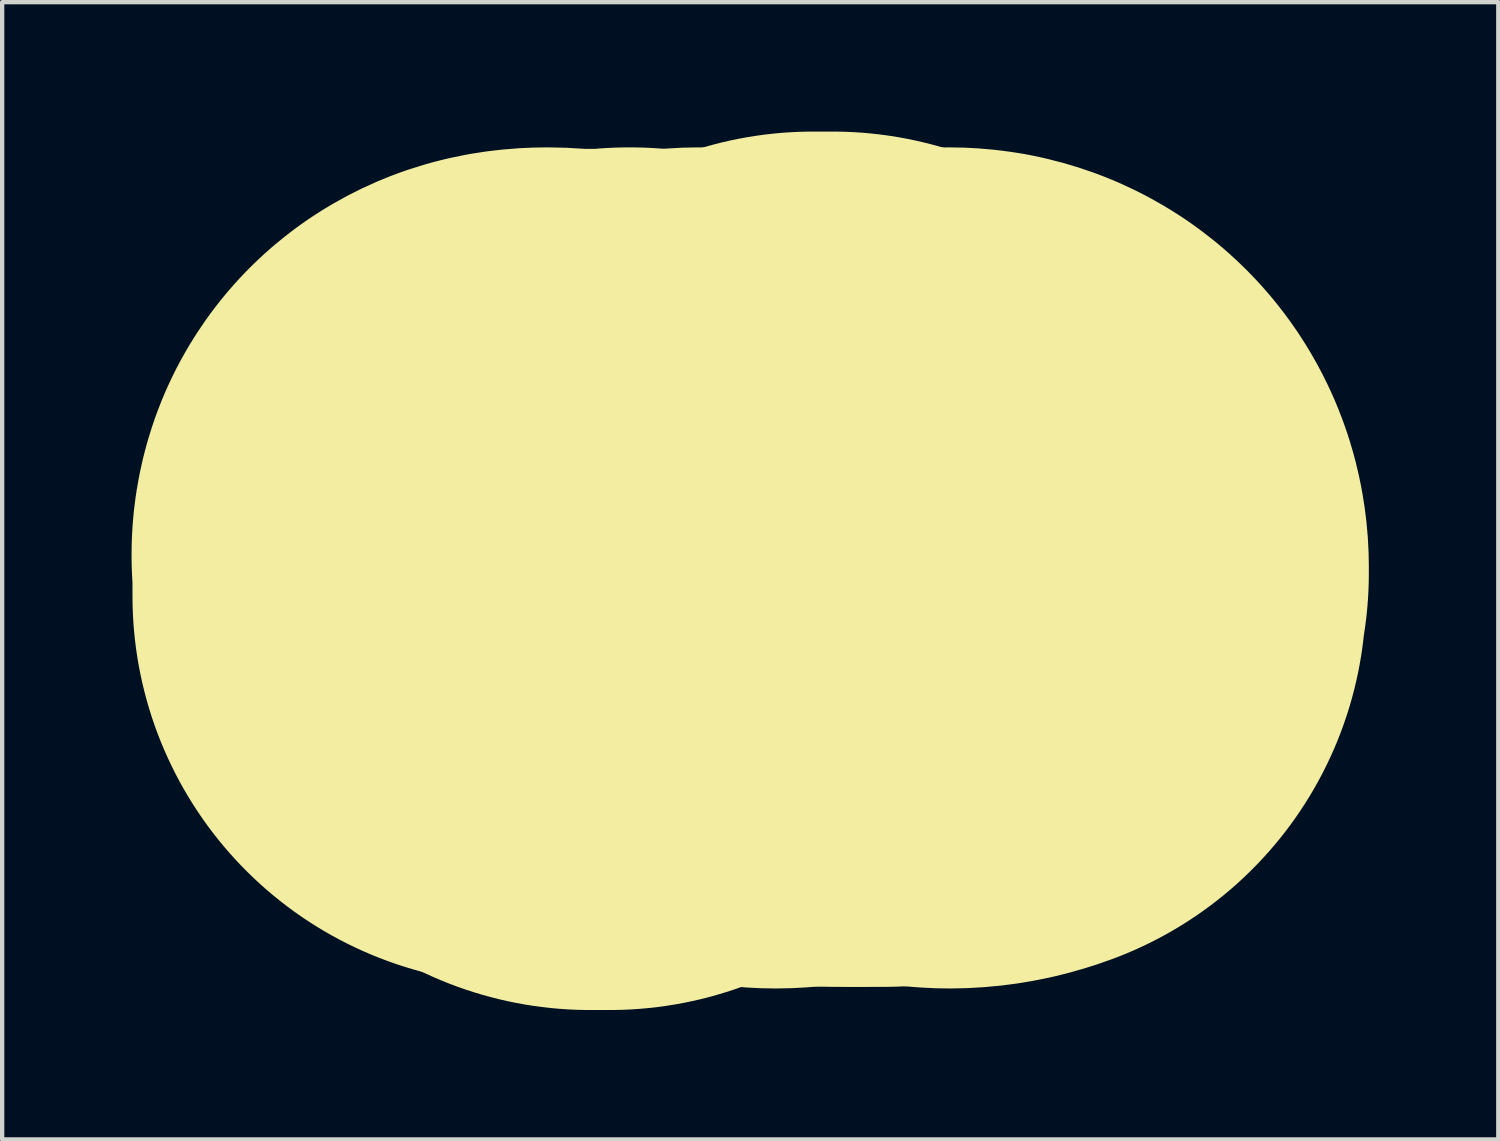
<source format=kicad_pcb>
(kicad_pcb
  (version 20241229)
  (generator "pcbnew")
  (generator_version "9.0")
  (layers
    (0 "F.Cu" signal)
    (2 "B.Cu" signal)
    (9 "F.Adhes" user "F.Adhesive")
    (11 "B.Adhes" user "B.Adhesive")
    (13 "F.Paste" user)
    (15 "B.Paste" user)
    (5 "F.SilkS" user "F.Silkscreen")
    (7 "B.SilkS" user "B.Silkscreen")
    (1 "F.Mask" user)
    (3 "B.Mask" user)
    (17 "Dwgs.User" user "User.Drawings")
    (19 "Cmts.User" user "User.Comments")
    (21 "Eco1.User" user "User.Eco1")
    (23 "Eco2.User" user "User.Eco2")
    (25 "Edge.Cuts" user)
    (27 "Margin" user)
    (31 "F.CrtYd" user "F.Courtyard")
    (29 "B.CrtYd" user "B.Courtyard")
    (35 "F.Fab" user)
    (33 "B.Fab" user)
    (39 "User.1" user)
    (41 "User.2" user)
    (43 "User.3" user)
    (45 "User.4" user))
  (footprint "spectre_10mm"
    (layer "F.Cu")
    (at 14.341 10.182)
    (property "Reference" "spectre_10mm" (at 0 -4.222 0) (layer "F.SilkS") (effects (font (size 1.524 1.524) (thickness 0.305))))
    (attr exclude_from_pos_files exclude_from_bom)
    (fp_poly (pts (xy 1.908 -1.174) (xy 1.908 -0.773) (xy 2.373 -0.773) (xy 2.373 -0.451) (xy 1.908 -0.451) (xy 1.908 0.147) (xy 1.909 0.178) (xy 1.913 0.206) (xy 1.918 0.23) (xy 1.926 0.25) (xy 1.935 0.267) (xy 1.947 0.281) (xy 1.963 0.291) (xy 1.982 0.3) (xy 2.006 0.306) (xy 2.034 0.311) (xy 2.066 0.314) (xy 2.102 0.315) (xy 2.334 0.315) (xy 2.334 0.637) (xy 1.947 0.637) (xy 1.915 0.637) (xy 1.883 0.636) (xy 1.853 0.633) (xy 1.824 0.63) (xy 1.796 0.627) (xy 1.769 0.622) (xy 1.743 0.616) (xy 1.719 0.61) (xy 1.696 0.602) (xy 1.674 0.594) (xy 1.653 0.585) (xy 1.634 0.575) (xy 1.616 0.564) (xy 1.599 0.553) (xy 1.583 0.54) (xy 1.568 0.527) (xy 1.555 0.512) (xy 1.542 0.496) (xy 1.531 0.479) (xy 1.52 0.461) (xy 1.51 0.441) (xy 1.501 0.421) (xy 1.492 0.399) (xy 1.485 0.376) (xy 1.479 0.351) (xy 1.473 0.326) (xy 1.468 0.299) (xy 1.464 0.271) (xy 1.461 0.242) (xy 1.459 0.212) (xy 1.458 0.18) (xy 1.457 0.147) (xy 1.457 -0.451) (xy 1.233 -0.451) (xy 1.233 -0.773) (xy 1.457 -0.773) (xy 1.457 -1.174) (xy 1.908 -1.174)) (stroke (width 18.016) (type solid)) (fill yes) (layer "F.SilkS"))
    (fp_poly (pts (xy 3.698 -0.389) (xy 3.675 -0.4) (xy 3.651 -0.409) (xy 3.627 -0.417) (xy 3.604 -0.424) (xy 3.58 -0.43) (xy 3.557 -0.435) (xy 3.533 -0.438) (xy 3.51 -0.441) (xy 3.486 -0.443) (xy 3.463 -0.443) (xy 3.434 -0.443) (xy 3.407 -0.44) (xy 3.381 -0.436) (xy 3.356 -0.431) (xy 3.332 -0.424) (xy 3.309 -0.415) (xy 3.287 -0.405) (xy 3.266 -0.394) (xy 3.247 -0.38) (xy 3.228 -0.366) (xy 3.211 -0.349) (xy 3.194 -0.331) (xy 3.181 -0.314) (xy 3.168 -0.295) (xy 3.156 -0.275) (xy 3.146 -0.254) (xy 3.137 -0.232) (xy 3.128 -0.208) (xy 3.121 -0.184) (xy 3.115 -0.158) (xy 3.11 -0.131) (xy 3.106 -0.103) (xy 3.103 -0.074) (xy 3.102 -0.044) (xy 3.101 -0.013) (xy 3.101 0.637) (xy 2.65 0.637) (xy 2.65 -0.773) (xy 3.101 -0.773) (xy 3.101 -0.542) (xy 3.117 -0.566) (xy 3.134 -0.59) (xy 3.151 -0.612) (xy 3.168 -0.632) (xy 3.185 -0.652) (xy 3.204 -0.67) (xy 3.222 -0.687) (xy 3.241 -0.703) (xy 3.26 -0.718) (xy 3.28 -0.731) (xy 3.3 -0.743) (xy 3.321 -0.754) (xy 3.343 -0.764) (xy 3.365 -0.773) (xy 3.389 -0.781) (xy 3.412 -0.788) (xy 3.437 -0.794) (xy 3.462 -0.799) (xy 3.488 -0.803) (xy 3.515 -0.805) (xy 3.543 -0.807) (xy 3.571 -0.807) (xy 3.595 -0.807) (xy 3.62 -0.805) (xy 3.641 -0.804) (xy 3.666 -0.801) (xy 3.697 -0.797) (xy 3.698 -0.389)) (stroke (width 18.016) (type solid)) (fill yes) (layer "F.SilkS"))
    (fp_poly (pts (xy 1.024 -0.729) (xy 1.024 -0.362) (xy 1.001 -0.377) (xy 0.978 -0.391) (xy 0.955 -0.404) (xy 0.932 -0.416) (xy 0.909 -0.427) (xy 0.885 -0.438) (xy 0.862 -0.447) (xy 0.839 -0.455) (xy 0.812 -0.463) (xy 0.786 -0.47) (xy 0.759 -0.475) (xy 0.731 -0.479) (xy 0.704 -0.482) (xy 0.676 -0.484) (xy 0.647 -0.485) (xy 0.619 -0.484) (xy 0.591 -0.482) (xy 0.565 -0.479) (xy 0.539 -0.474) (xy 0.514 -0.469) (xy 0.491 -0.461) (xy 0.468 -0.453) (xy 0.446 -0.443) (xy 0.426 -0.432) (xy 0.406 -0.419) (xy 0.387 -0.406) (xy 0.369 -0.391) (xy 0.353 -0.374) (xy 0.337 -0.357) (xy 0.323 -0.338) (xy 0.31 -0.319) (xy 0.298 -0.298) (xy 0.288 -0.277) (xy 0.278 -0.254) (xy 0.27 -0.231) (xy 0.264 -0.206) (xy 0.258 -0.18) (xy 0.254 -0.153) (xy 0.251 -0.126) (xy 0.249 -0.097) (xy 0.248 -0.067) (xy 0.249 -0.037) (xy 0.251 -0.008) (xy 0.254 0.02) (xy 0.258 0.047) (xy 0.264 0.073) (xy 0.27 0.097) (xy 0.278 0.121) (xy 0.288 0.144) (xy 0.298 0.165) (xy 0.31 0.186) (xy 0.323 0.206) (xy 0.337 0.224) (xy 0.353 0.242) (xy 0.369 0.258) (xy 0.387 0.273) (xy 0.406 0.287) (xy 0.426 0.299) (xy 0.446 0.31) (xy 0.468 0.32) (xy 0.491 0.328) (xy 0.514 0.335) (xy 0.539 0.341) (xy 0.565 0.346) (xy 0.591 0.349) (xy 0.619 0.351) (xy 0.647 0.351) (xy 0.674 0.351) (xy 0.7 0.349) (xy 0.725 0.347) (xy 0.75 0.344) (xy 0.775 0.339) (xy 0.8 0.334) (xy 0.824 0.327) (xy 0.848 0.32) (xy 0.871 0.312) (xy 0.895 0.302) (xy 0.917 0.292) (xy 0.94 0.281) (xy 0.962 0.269) (xy 0.983 0.256) (xy 1.004 0.242) (xy 1.024 0.227) (xy 1.024 0.596) (xy 0.998 0.605) (xy 0.971 0.614) (xy 0.944 0.622) (xy 0.917 0.63) (xy 0.89 0.637) (xy 0.863 0.643) (xy 0.836 0.649) (xy 0.809 0.654) (xy 0.782 0.658) (xy 0.754 0.663) (xy 0.727 0.666) (xy 0.7 0.669) (xy 0.673 0.671) (xy 0.645 0.673) (xy 0.618 0.674) (xy 0.591 0.674) (xy 0.559 0.674) (xy 0.528 0.673) (xy 0.498 0.671) (xy 0.468 0.668) (xy 0.439 0.665) (xy 0.41 0.662) (xy 0.382 0.657) (xy 0.355 0.652) (xy 0.328 0.646) (xy 0.302 0.64) (xy 0.276 0.633) (xy 0.251 0.625) (xy 0.226 0.617) (xy 0.202 0.607) (xy 0.179 0.598) (xy 0.156 0.587) (xy 0.133 0.576) (xy 0.112 0.564) (xy 0.091 0.552) (xy 0.07 0.538) (xy 0.05 0.524) (xy 0.031 0.51) (xy 0.012 0.495) (xy -0.006 0.479) (xy -0.025 0.461) (xy -0.042 0.443) (xy -0.059 0.425) (xy -0.075 0.406) (xy -0.09 0.386) (xy -0.104 0.366) (xy -0.117 0.345) (xy -0.13 0.324) (xy -0.142 0.302) (xy -0.153 0.279) (xy -0.163 0.256) (xy -0.172 0.232) (xy -0.181 0.208) (xy -0.189 0.183) (xy -0.196 0.158) (xy -0.202 0.132) (xy -0.207 0.105) (xy -0.212 0.078) (xy -0.215 0.05) (xy -0.218 0.022) (xy -0.22 -0.007) (xy -0.221 -0.037) (xy -0.222 -0.067) (xy -0.221 -0.097) (xy -0.22 -0.126) (xy -0.218 -0.155) (xy -0.215 -0.183) (xy -0.212 -0.211) (xy -0.207 -0.238) (xy -0.202 -0.265) (xy -0.196 -0.291) (xy -0.189 -0.316) (xy -0.181 -0.341) (xy -0.172 -0.365) (xy -0.163 -0.389) (xy -0.153 -0.412) (xy -0.142 -0.435) (xy -0.13 -0.457) (xy -0.117 -0.478) (xy -0.104 -0.499) (xy -0.09 -0.519) (xy -0.075 -0.538) (xy -0.059 -0.557) (xy -0.042 -0.576) (xy -0.025 -0.594) (xy -0.006 -0.611) (xy 0.012 -0.627) (xy 0.031 -0.642) (xy 0.05 -0.657) (xy 0.07 -0.671) (xy 0.091 -0.684) (xy 0.112 -0.697) (xy 0.133 -0.709) (xy 0.156 -0.72) (xy 0.179 -0.731) (xy 0.202 -0.741) (xy 0.226 -0.75) (xy 0.251 -0.758) (xy 0.276 -0.766) (xy 0.302 -0.773) (xy 0.328 -0.78) (xy 0.355 -0.786) (xy 0.382 -0.791) (xy 0.41 -0.795) (xy 0.439 -0.799) (xy 0.468 -0.802) (xy 0.498 -0.804) (xy 0.528 -0.806) (xy 0.559 -0.807) (xy 0.591 -0.807) (xy 0.618 -0.807) (xy 0.646 -0.806) (xy 0.673 -0.805) (xy 0.701 -0.802) (xy 0.728 -0.8) (xy 0.755 -0.796) (xy 0.782 -0.792) (xy 0.809 -0.787) (xy 0.836 -0.782) (xy 0.863 -0.777) (xy 0.89 -0.77) (xy 0.917 -0.763) (xy 0.944 -0.756) (xy 0.97 -0.748) (xy 0.997 -0.739) (xy 1.024 -0.729)) (stroke (width 18.016) (type solid)) (fill yes) (layer "F.SilkS"))
    (fp_poly (pts (xy -3.262 0.433) (xy -3.262 -0.067) (xy -3.262 -0.034) (xy -3.26 -0.003) (xy -3.258 0.028) (xy -3.254 0.056) (xy -3.249 0.084) (xy -3.243 0.11) (xy -3.236 0.135) (xy -3.228 0.159) (xy -3.219 0.181) (xy -3.209 0.202) (xy -3.198 0.222) (xy -3.186 0.241) (xy -3.169 0.261) (xy -3.152 0.279) (xy -3.133 0.295) (xy -3.112 0.308) (xy -3.091 0.32) (xy -3.068 0.329) (xy -3.044 0.337) (xy -3.018 0.342) (xy -2.991 0.345) (xy -2.963 0.346) (xy -2.934 0.345) (xy -2.908 0.342) (xy -2.882 0.337) (xy -2.858 0.329) (xy -2.835 0.32) (xy -2.814 0.308) (xy -2.794 0.295) (xy -2.775 0.279) (xy -2.758 0.261) (xy -2.742 0.241) (xy -2.73 0.222) (xy -2.719 0.203) (xy -2.709 0.182) (xy -2.7 0.159) (xy -2.692 0.136) (xy -2.685 0.111) (xy -2.679 0.085) (xy -2.674 0.057) (xy -2.67 0.028) (xy -2.668 -0.002) (xy -2.666 -0.034) (xy -2.665 -0.067) (xy -2.666 -0.1) (xy -2.668 -0.131) (xy -2.67 -0.162) (xy -2.674 -0.19) (xy -2.679 -0.218) (xy -2.685 -0.244) (xy -2.692 -0.269) (xy -2.7 -0.293) (xy -2.709 -0.315) (xy -2.719 -0.336) (xy -2.73 -0.356) (xy -2.742 -0.374) (xy -2.758 -0.394) (xy -2.775 -0.412) (xy -2.794 -0.428) (xy -2.814 -0.442) (xy -2.835 -0.453) (xy -2.858 -0.463) (xy -2.882 -0.47) (xy -2.908 -0.476) (xy -2.934 -0.479) (xy -2.963 -0.48) (xy -2.991 -0.479) (xy -3.018 -0.476) (xy -3.044 -0.47) (xy -3.068 -0.463) (xy -3.091 -0.453) (xy -3.112 -0.441) (xy -3.133 -0.427) (xy -3.152 -0.411) (xy -3.169 -0.393) (xy -3.186 -0.373) (xy -3.198 -0.355) (xy -3.209 -0.335) (xy -3.219 -0.314) (xy -3.228 -0.292) (xy -3.236 -0.268) (xy -3.243 -0.243) (xy -3.249 -0.217) (xy -3.254 -0.19) (xy -3.258 -0.161) (xy -3.26 -0.131) (xy -3.262 -0.099) (xy -3.262 -0.067) (xy -3.262 0.433) (xy -3.262 1.174) (xy -3.713 1.174) (xy -3.713 -0.773) (xy -3.262 -0.773) (xy -3.262 -0.567) (xy -3.244 -0.591) (xy -3.224 -0.614) (xy -3.205 -0.635) (xy -3.185 -0.655) (xy -3.164 -0.674) (xy -3.143 -0.691) (xy -3.122 -0.708) (xy -3.1 -0.722) (xy -3.078 -0.736) (xy -3.056 -0.748) (xy -3.033 -0.759) (xy -3.009 -0.77) (xy -2.985 -0.778) (xy -2.96 -0.786) (xy -2.934 -0.793) (xy -2.908 -0.798) (xy -2.881 -0.802) (xy -2.853 -0.805) (xy -2.824 -0.807) (xy -2.795 -0.807) (xy -2.768 -0.807) (xy -2.741 -0.805) (xy -2.715 -0.802) (xy -2.689 -0.798) (xy -2.664 -0.793) (xy -2.64 -0.787) (xy -2.616 -0.779) (xy -2.592 -0.771) (xy -2.569 -0.761) (xy -2.547 -0.75) (xy -2.524 -0.738) (xy -2.503 -0.725) (xy -2.482 -0.71) (xy -2.462 -0.695) (xy -2.442 -0.678) (xy -2.422 -0.66) (xy -2.403 -0.641) (xy -2.385 -0.621) (xy -2.367 -0.6) (xy -2.351 -0.58) (xy -2.336 -0.559) (xy -2.322 -0.538) (xy -2.309 -0.517) (xy -2.297 -0.494) (xy -2.285 -0.472) (xy -2.274 -0.449) (xy -2.264 -0.425) (xy -2.254 -0.401) (xy -2.245 -0.376) (xy -2.237 -0.35) (xy -2.23 -0.324) (xy -2.224 -0.298) (xy -2.218 -0.271) (xy -2.213 -0.243) (xy -2.209 -0.215) (xy -2.205 -0.187) (xy -2.203 -0.158) (xy -2.201 -0.128) (xy -2.2 -0.098) (xy -2.199 -0.067) (xy -2.2 -0.037) (xy -2.201 -0.008) (xy -2.202 0.02) (xy -2.205 0.048) (xy -2.208 0.075) (xy -2.212 0.102) (xy -2.216 0.129) (xy -2.221 0.155) (xy -2.227 0.18) (xy -2.234 0.205) (xy -2.241 0.23) (xy -2.249 0.254) (xy -2.258 0.277) (xy -2.267 0.301) (xy -2.277 0.323) (xy -2.288 0.345) (xy -2.299 0.367) (xy -2.311 0.388) (xy -2.324 0.408) (xy -2.338 0.429) (xy -2.352 0.448) (xy -2.367 0.467) (xy -2.385 0.488) (xy -2.403 0.509) (xy -2.422 0.527) (xy -2.442 0.545) (xy -2.462 0.562) (xy -2.482 0.577) (xy -2.503 0.592) (xy -2.524 0.605) (xy -2.547 0.617) (xy -2.569 0.628) (xy -2.592 0.637) (xy -2.616 0.646) (xy -2.64 0.653) (xy -2.664 0.66) (xy -2.689 0.665) (xy -2.715 0.669) (xy -2.741 0.672) (xy -2.768 0.673) (xy -2.795 0.674) (xy -2.824 0.673) (xy -2.853 0.672) (xy -2.881 0.669) (xy -2.908 0.665) (xy -2.934 0.659) (xy -2.96 0.653) (xy -2.985 0.646) (xy -3.009 0.637) (xy -3.033 0.627) (xy -3.056 0.616) (xy -3.076 0.605) (xy -3.096 0.592) (xy -3.116 0.579) (xy -3.136 0.564) (xy -3.155 0.549) (xy -3.174 0.532) (xy -3.192 0.515) (xy -3.21 0.496) (xy -3.228 0.476) (xy -3.245 0.455) (xy -3.262 0.433)) (stroke (width 18.016) (type solid)) (fill yes) (layer "F.SilkS"))
    (fp_poly (pts (xy -0.456 -0.072) (xy -0.92 -0.222) (xy -0.92 -0.25) (xy -0.923 -0.276) (xy -0.928 -0.302) (xy -0.934 -0.326) (xy -0.943 -0.349) (xy -0.953 -0.371) (xy -0.965 -0.391) (xy -0.979 -0.41) (xy -0.995 -0.428) (xy -1.012 -0.445) (xy -1.03 -0.46) (xy -1.05 -0.472) (xy -1.07 -0.483) (xy -1.092 -0.492) (xy -1.115 -0.499) (xy -1.139 -0.504) (xy -1.164 -0.507) (xy -1.19 -0.508) (xy -1.219 -0.507) (xy -1.246 -0.504) (xy -1.272 -0.499) (xy -1.297 -0.493) (xy -1.321 -0.485) (xy -1.343 -0.475) (xy -1.364 -0.463) (xy -1.384 -0.449) (xy -1.403 -0.433) (xy -1.421 -0.416) (xy -1.437 -0.398) (xy -1.451 -0.377) (xy -1.464 -0.355) (xy -1.475 -0.332) (xy -1.485 -0.307) (xy -1.493 -0.28) (xy -1.5 -0.252) (xy -1.505 -0.222) (xy -0.92 -0.222) (xy -0.456 -0.072) (xy -0.456 0.057) (xy -1.51 0.057) (xy -1.507 0.085) (xy -1.502 0.112) (xy -1.495 0.137) (xy -1.488 0.162) (xy -1.479 0.185) (xy -1.468 0.206) (xy -1.456 0.227) (xy -1.443 0.246) (xy -1.429 0.263) (xy -1.413 0.28) (xy -1.396 0.295) (xy -1.377 0.309) (xy -1.357 0.321) (xy -1.336 0.332) (xy -1.314 0.342) (xy -1.29 0.351) (xy -1.265 0.358) (xy -1.239 0.364) (xy -1.211 0.368) (xy -1.183 0.371) (xy -1.153 0.373) (xy -1.121 0.374) (xy -1.095 0.374) (xy -1.069 0.373) (xy -1.043 0.371) (xy -1.017 0.369) (xy -0.99 0.366) (xy -0.964 0.362) (xy -0.937 0.357) (xy -0.911 0.352) (xy -0.884 0.346) (xy -0.857 0.34) (xy -0.83 0.333) (xy -0.805 0.325) (xy -0.78 0.317) (xy -0.755 0.308) (xy -0.729 0.299) (xy -0.704 0.289) (xy -0.678 0.279) (xy -0.653 0.268) (xy -0.627 0.256) (xy -0.601 0.244) (xy -0.575 0.231) (xy -0.549 0.218) (xy -0.523 0.204) (xy -0.523 0.552) (xy -0.549 0.562) (xy -0.576 0.571) (xy -0.603 0.58) (xy -0.629 0.589) (xy -0.656 0.597) (xy -0.683 0.605) (xy -0.709 0.612) (xy -0.736 0.619) (xy -0.763 0.625) (xy -0.789 0.632) (xy -0.816 0.637) (xy -0.843 0.642) (xy -0.869 0.647) (xy -0.896 0.652) (xy -0.923 0.656) (xy -0.949 0.66) (xy -0.976 0.663) (xy -1.003 0.666) (xy -1.029 0.668) (xy -1.056 0.67) (xy -1.083 0.672) (xy -1.109 0.673) (xy -1.136 0.674) (xy -1.163 0.674) (xy -1.194 0.674) (xy -1.225 0.673) (xy -1.256 0.671) (xy -1.286 0.669) (xy -1.315 0.665) (xy -1.343 0.662) (xy -1.372 0.657) (xy -1.399 0.652) (xy -1.426 0.647) (xy -1.452 0.64) (xy -1.478 0.633) (xy -1.503 0.625) (xy -1.528 0.617) (xy -1.552 0.608) (xy -1.575 0.598) (xy -1.598 0.588) (xy -1.62 0.577) (xy -1.641 0.565) (xy -1.662 0.552) (xy -1.683 0.539) (xy -1.703 0.525) (xy -1.722 0.511) (xy -1.74 0.496) (xy -1.758 0.48) (xy -1.776 0.463) (xy -1.794 0.445) (xy -1.81 0.426) (xy -1.826 0.407) (xy -1.84 0.388) (xy -1.854 0.367) (xy -1.868 0.347) (xy -1.88 0.325) (xy -1.892 0.303) (xy -1.902 0.281) (xy -1.912 0.257) (xy -1.922 0.234) (xy -1.93 0.209) (xy -1.938 0.184) (xy -1.944 0.159) (xy -1.95 0.133) (xy -1.956 0.106) (xy -1.96 0.079) (xy -1.964 0.051) (xy -1.966 0.022) (xy -1.968 -0.007) (xy -1.97 -0.036) (xy -1.97 -0.067) (xy -1.97 -0.096) (xy -1.969 -0.126) (xy -1.967 -0.154) (xy -1.964 -0.182) (xy -1.96 -0.21) (xy -1.956 -0.237) (xy -1.951 -0.263) (xy -1.945 -0.289) (xy -1.938 -0.314) (xy -1.931 -0.339) (xy -1.923 -0.363) (xy -1.914 -0.387) (xy -1.904 -0.41) (xy -1.893 -0.432) (xy -1.882 -0.454) (xy -1.87 -0.476) (xy -1.857 -0.496) (xy -1.843 -0.517) (xy -1.828 -0.536) (xy -1.813 -0.556) (xy -1.797 -0.574) (xy -1.78 -0.592) (xy -1.762 -0.61) (xy -1.745 -0.626) (xy -1.726 -0.641) (xy -1.708 -0.656) (xy -1.688 -0.67) (xy -1.668 -0.683) (xy -1.648 -0.696) (xy -1.627 -0.708) (xy -1.605 -0.72) (xy -1.583 -0.73) (xy -1.561 -0.74) (xy -1.538 -0.749) (xy -1.514 -0.758) (xy -1.49 -0.766) (xy -1.465 -0.773) (xy -1.44 -0.78) (xy -1.414 -0.785) (xy -1.388 -0.791) (xy -1.361 -0.795) (xy -1.333 -0.799) (xy -1.305 -0.802) (xy -1.277 -0.804) (xy -1.248 -0.806) (xy -1.218 -0.807) (xy -1.188 -0.807) (xy -1.158 -0.807) (xy -1.128 -0.806) (xy -1.1 -0.804) (xy -1.071 -0.801) (xy -1.044 -0.797) (xy -1.016 -0.793) (xy -0.99 -0.787) (xy -0.964 -0.781) (xy -0.938 -0.774) (xy -0.913 -0.766) (xy -0.889 -0.757) (xy -0.865 -0.748) (xy -0.841 -0.737) (xy -0.819 -0.726) (xy -0.796 -0.714) (xy -0.775 -0.701) (xy -0.754 -0.688) (xy -0.733 -0.673) (xy -0.713 -0.658) (xy -0.694 -0.642) (xy -0.675 -0.625) (xy -0.656 -0.607) (xy -0.638 -0.589) (xy -0.622 -0.57) (xy -0.605 -0.55) (xy -0.59 -0.53) (xy -0.576 -0.509) (xy -0.562 -0.488) (xy -0.549 -0.466) (xy -0.537 -0.444) (xy -0.526 -0.421) (xy -0.516 -0.397) (xy -0.506 -0.373) (xy -0.497 -0.349) (xy -0.49 -0.323) (xy -0.482 -0.298) (xy -0.476 -0.271) (xy -0.471 -0.245) (xy -0.466 -0.217) (xy -0.463 -0.189) (xy -0.46 -0.161) (xy -0.458 -0.132) (xy -0.456 -0.102) (xy -0.456 -0.072)) (stroke (width 18.016) (type solid)) (fill yes) (layer "F.SilkS"))
    (fp_poly (pts (xy 5.333 -0.072) (xy 4.87 -0.222) (xy 4.869 -0.25) (xy 4.866 -0.276) (xy 4.861 -0.302) (xy 4.855 -0.326) (xy 4.846 -0.349) (xy 4.836 -0.371) (xy 4.824 -0.391) (xy 4.81 -0.41) (xy 4.794 -0.428) (xy 4.777 -0.445) (xy 4.759 -0.46) (xy 4.739 -0.472) (xy 4.719 -0.483) (xy 4.697 -0.492) (xy 4.674 -0.499) (xy 4.65 -0.504) (xy 4.625 -0.507) (xy 4.599 -0.508) (xy 4.57 -0.507) (xy 4.543 -0.504) (xy 4.517 -0.499) (xy 4.492 -0.493) (xy 4.469 -0.485) (xy 4.446 -0.475) (xy 4.425 -0.463) (xy 4.405 -0.449) (xy 4.386 -0.433) (xy 4.369 -0.416) (xy 4.353 -0.398) (xy 4.338 -0.377) (xy 4.325 -0.355) (xy 4.314 -0.332) (xy 4.304 -0.307) (xy 4.296 -0.28) (xy 4.289 -0.252) (xy 4.284 -0.222) (xy 4.87 -0.222) (xy 5.333 -0.072) (xy 5.333 0.057) (xy 4.279 0.057) (xy 4.283 0.085) (xy 4.288 0.112) (xy 4.294 0.137) (xy 4.302 0.162) (xy 4.311 0.185) (xy 4.321 0.206) (xy 4.333 0.227) (xy 4.346 0.246) (xy 4.361 0.263) (xy 4.376 0.28) (xy 4.394 0.295) (xy 4.412 0.309) (xy 4.432 0.321) (xy 4.453 0.332) (xy 4.475 0.342) (xy 4.499 0.351) (xy 4.524 0.358) (xy 4.55 0.364) (xy 4.578 0.368) (xy 4.607 0.371) (xy 4.637 0.373) (xy 4.668 0.374) (xy 4.694 0.374) (xy 4.72 0.373) (xy 4.746 0.371) (xy 4.773 0.369) (xy 4.799 0.366) (xy 4.825 0.362) (xy 4.852 0.357) (xy 4.879 0.352) (xy 4.905 0.346) (xy 4.932 0.34) (xy 4.959 0.333) (xy 4.984 0.325) (xy 5.009 0.317) (xy 5.035 0.308) (xy 5.06 0.299) (xy 5.085 0.289) (xy 5.111 0.279) (xy 5.137 0.268) (xy 5.162 0.256) (xy 5.188 0.244) (xy 5.214 0.231) (xy 5.24 0.218) (xy 5.267 0.204) (xy 5.267 0.552) (xy 5.24 0.562) (xy 5.213 0.571) (xy 5.187 0.58) (xy 5.16 0.589) (xy 5.133 0.597) (xy 5.107 0.605) (xy 5.08 0.612) (xy 5.053 0.619) (xy 5.027 0.625) (xy 5 0.632) (xy 4.973 0.637) (xy 4.947 0.642) (xy 4.92 0.647) (xy 4.893 0.652) (xy 4.867 0.656) (xy 4.84 0.66) (xy 4.813 0.663) (xy 4.787 0.666) (xy 4.76 0.668) (xy 4.733 0.67) (xy 4.707 0.672) (xy 4.68 0.673) (xy 4.653 0.674) (xy 4.627 0.674) (xy 4.595 0.674) (xy 4.564 0.673) (xy 4.534 0.671) (xy 4.504 0.669) (xy 4.474 0.665) (xy 4.446 0.662) (xy 4.418 0.657) (xy 4.39 0.652) (xy 4.363 0.647) (xy 4.337 0.64) (xy 4.311 0.633) (xy 4.286 0.625) (xy 4.262 0.617) (xy 4.238 0.608) (xy 4.214 0.598) (xy 4.192 0.588) (xy 4.17 0.577) (xy 4.148 0.565) (xy 4.127 0.552) (xy 4.107 0.539) (xy 4.087 0.525) (xy 4.068 0.511) (xy 4.049 0.496) (xy 4.031 0.48) (xy 4.013 0.463) (xy 3.996 0.445) (xy 3.979 0.426) (xy 3.964 0.407) (xy 3.949 0.388) (xy 3.935 0.367) (xy 3.922 0.347) (xy 3.909 0.325) (xy 3.898 0.303) (xy 3.887 0.281) (xy 3.877 0.257) (xy 3.868 0.234) (xy 3.859 0.209) (xy 3.852 0.184) (xy 3.845 0.159) (xy 3.839 0.133) (xy 3.834 0.106) (xy 3.829 0.079) (xy 3.826 0.051) (xy 3.823 0.022) (xy 3.821 -0.007) (xy 3.82 -0.036) (xy 3.819 -0.067) (xy 3.82 -0.096) (xy 3.821 -0.126) (xy 3.823 -0.154) (xy 3.826 -0.182) (xy 3.829 -0.21) (xy 3.833 -0.237) (xy 3.838 -0.263) (xy 3.844 -0.289) (xy 3.851 -0.314) (xy 3.859 -0.339) (xy 3.867 -0.363) (xy 3.876 -0.387) (xy 3.886 -0.41) (xy 3.896 -0.432) (xy 3.908 -0.454) (xy 3.92 -0.476) (xy 3.933 -0.496) (xy 3.947 -0.517) (xy 3.961 -0.536) (xy 3.976 -0.556) (xy 3.993 -0.574) (xy 4.009 -0.592) (xy 4.027 -0.61) (xy 4.045 -0.626) (xy 4.063 -0.641) (xy 4.082 -0.656) (xy 4.101 -0.67) (xy 4.121 -0.683) (xy 4.141 -0.696) (xy 4.162 -0.708) (xy 4.184 -0.72) (xy 4.206 -0.73) (xy 4.228 -0.74) (xy 4.252 -0.749) (xy 4.275 -0.758) (xy 4.299 -0.766) (xy 4.324 -0.773) (xy 4.349 -0.78) (xy 4.375 -0.785) (xy 4.402 -0.791) (xy 4.429 -0.795) (xy 4.456 -0.799) (xy 4.484 -0.802) (xy 4.513 -0.804) (xy 4.542 -0.806) (xy 4.571 -0.807) (xy 4.601 -0.807) (xy 4.631 -0.807) (xy 4.661 -0.806) (xy 4.69 -0.804) (xy 4.718 -0.801) (xy 4.746 -0.797) (xy 4.773 -0.793) (xy 4.8 -0.787) (xy 4.826 -0.781) (xy 4.851 -0.774) (xy 4.876 -0.766) (xy 4.901 -0.757) (xy 4.925 -0.748) (xy 4.948 -0.737) (xy 4.971 -0.726) (xy 4.993 -0.714) (xy 5.015 -0.701) (xy 5.036 -0.688) (xy 5.056 -0.673) (xy 5.076 -0.658) (xy 5.096 -0.642) (xy 5.115 -0.625) (xy 5.133 -0.607) (xy 5.151 -0.589) (xy 5.168 -0.57) (xy 5.184 -0.55) (xy 5.199 -0.53) (xy 5.214 -0.509) (xy 5.227 -0.488) (xy 5.24 -0.466) (xy 5.252 -0.444) (xy 5.263 -0.421) (xy 5.274 -0.397) (xy 5.283 -0.373) (xy 5.292 -0.349) (xy 5.3 -0.323) (xy 5.307 -0.298) (xy 5.313 -0.271) (xy 5.318 -0.245) (xy 5.323 -0.217) (xy 5.327 -0.189) (xy 5.33 -0.161) (xy 5.332 -0.132) (xy 5.333 -0.102) (xy 5.333 -0.072)) (stroke (width 18.016) (type solid)) (fill yes) (layer "F.SilkS"))
    (fp_poly (pts (xy -4.148 -0.729) (xy -4.148 -0.387) (xy -4.174 -0.397) (xy -4.2 -0.408) (xy -4.226 -0.417) (xy -4.252 -0.427) (xy -4.278 -0.435) (xy -4.303 -0.444) (xy -4.328 -0.451) (xy -4.353 -0.459) (xy -4.378 -0.465) (xy -4.403 -0.472) (xy -4.428 -0.477) (xy -4.454 -0.483) (xy -4.481 -0.488) (xy -4.507 -0.493) (xy -4.533 -0.497) (xy -4.559 -0.5) (xy -4.584 -0.503) (xy -4.609 -0.505) (xy -4.634 -0.506) (xy -4.658 -0.507) (xy -4.682 -0.508) (xy -4.713 -0.507) (xy -4.742 -0.506) (xy -4.769 -0.503) (xy -4.794 -0.499) (xy -4.817 -0.495) (xy -4.838 -0.489) (xy -4.857 -0.483) (xy -4.874 -0.475) (xy -4.896 -0.461) (xy -4.913 -0.444) (xy -4.925 -0.424) (xy -4.933 -0.402) (xy -4.935 -0.377) (xy -4.932 -0.351) (xy -4.924 -0.329) (xy -4.909 -0.31) (xy -4.889 -0.293) (xy -4.873 -0.286) (xy -4.855 -0.278) (xy -4.834 -0.271) (xy -4.81 -0.265) (xy -4.782 -0.26) (xy -4.752 -0.255) (xy -4.719 -0.251) (xy -4.639 -0.239) (xy -4.601 -0.234) (xy -4.565 -0.229) (xy -4.53 -0.223) (xy -4.497 -0.217) (xy -4.464 -0.21) (xy -4.434 -0.204) (xy -4.404 -0.196) (xy -4.376 -0.189) (xy -4.35 -0.181) (xy -4.324 -0.173) (xy -4.301 -0.164) (xy -4.278 -0.155) (xy -4.257 -0.146) (xy -4.238 -0.136) (xy -4.219 -0.126) (xy -4.203 -0.116) (xy -4.187 -0.105) (xy -4.173 -0.094) (xy -4.157 -0.079) (xy -4.141 -0.063) (xy -4.127 -0.046) (xy -4.115 -0.028) (xy -4.103 -0.008) (xy -4.093 0.013) (xy -4.083 0.035) (xy -4.076 0.058) (xy -4.069 0.082) (xy -4.063 0.108) (xy -4.059 0.135) (xy -4.056 0.162) (xy -4.054 0.192) (xy -4.054 0.222) (xy -4.054 0.249) (xy -4.056 0.276) (xy -4.059 0.302) (xy -4.064 0.327) (xy -4.07 0.352) (xy -4.077 0.375) (xy -4.085 0.398) (xy -4.095 0.419) (xy -4.106 0.44) (xy -4.118 0.46) (xy -4.132 0.479) (xy -4.147 0.497) (xy -4.163 0.514) (xy -4.181 0.53) (xy -4.2 0.546) (xy -4.22 0.561) (xy -4.238 0.572) (xy -4.257 0.583) (xy -4.276 0.594) (xy -4.297 0.603) (xy -4.319 0.612) (xy -4.341 0.621) (xy -4.365 0.629) (xy -4.389 0.636) (xy -4.414 0.643) (xy -4.44 0.648) (xy -4.467 0.654) (xy -4.495 0.659) (xy -4.524 0.663) (xy -4.554 0.666) (xy -4.584 0.669) (xy -4.616 0.671) (xy -4.648 0.673) (xy -4.682 0.674) (xy -4.716 0.674) (xy -4.742 0.674) (xy -4.767 0.673) (xy -4.793 0.672) (xy -4.819 0.671) (xy -4.845 0.669) (xy -4.872 0.667) (xy -4.898 0.665) (xy -4.925 0.662) (xy -4.952 0.659) (xy -4.979 0.655) (xy -5.006 0.651) (xy -5.031 0.648) (xy -5.056 0.643) (xy -5.081 0.639) (xy -5.106 0.634) (xy -5.131 0.629) (xy -5.157 0.624) (xy -5.182 0.619) (xy -5.208 0.613) (xy -5.234 0.606) (xy -5.26 0.6) (xy -5.286 0.593) (xy -5.312 0.586) (xy -5.312 0.243) (xy -5.287 0.255) (xy -5.263 0.266) (xy -5.238 0.276) (xy -5.213 0.286) (xy -5.188 0.296) (xy -5.163 0.305) (xy -5.138 0.313) (xy -5.113 0.321) (xy -5.087 0.328) (xy -5.062 0.335) (xy -5.036 0.341) (xy -5.01 0.347) (xy -4.984 0.352) (xy -4.958 0.357) (xy -4.932 0.361) (xy -4.906 0.364) (xy -4.88 0.367) (xy -4.853 0.37) (xy -4.827 0.372) (xy -4.801 0.373) (xy -4.774 0.374) (xy -4.748 0.374) (xy -4.716 0.374) (xy -4.686 0.372) (xy -4.658 0.369) (xy -4.632 0.365) (xy -4.608 0.36) (xy -4.586 0.354) (xy -4.566 0.346) (xy -4.549 0.338) (xy -4.528 0.324) (xy -4.511 0.309) (xy -4.499 0.292) (xy -4.489 0.273) (xy -4.484 0.252) (xy -4.482 0.229) (xy -4.484 0.206) (xy -4.489 0.186) (xy -4.499 0.168) (xy -4.512 0.153) (xy -4.528 0.14) (xy -4.543 0.131) (xy -4.562 0.124) (xy -4.584 0.116) (xy -4.61 0.11) (xy -4.64 0.104) (xy -4.674 0.098) (xy -4.711 0.093) (xy -4.79 0.083) (xy -4.825 0.078) (xy -4.859 0.073) (xy -4.891 0.068) (xy -4.922 0.062) (xy -4.952 0.055) (xy -4.98 0.048) (xy -5.008 0.041) (xy -5.034 0.033) (xy -5.059 0.025) (xy -5.082 0.016) (xy -5.105 0.007) (xy -5.126 -0.002) (xy -5.146 -0.012) (xy -5.164 -0.023) (xy -5.181 -0.034) (xy -5.198 -0.045) (xy -5.212 -0.057) (xy -5.23 -0.073) (xy -5.247 -0.091) (xy -5.262 -0.109) (xy -5.275 -0.129) (xy -5.288 -0.151) (xy -5.298 -0.173) (xy -5.308 -0.197) (xy -5.315 -0.222) (xy -5.322 -0.249) (xy -5.327 -0.276) (xy -5.33 -0.305) (xy -5.333 -0.335) (xy -5.333 -0.367) (xy -5.333 -0.396) (xy -5.331 -0.424) (xy -5.327 -0.452) (xy -5.322 -0.478) (xy -5.316 -0.503) (xy -5.309 -0.527) (xy -5.3 -0.551) (xy -5.29 -0.573) (xy -5.278 -0.594) (xy -5.265 -0.614) (xy -5.251 -0.633) (xy -5.235 -0.651) (xy -5.218 -0.668) (xy -5.199 -0.684) (xy -5.18 -0.699) (xy -5.162 -0.711) (xy -5.143 -0.722) (xy -5.124 -0.732) (xy -5.103 -0.742) (xy -5.082 -0.751) (xy -5.059 -0.759) (xy -5.035 -0.767) (xy -5.011 -0.774) (xy -4.985 -0.78) (xy -4.958 -0.786) (xy -4.931 -0.791) (xy -4.902 -0.795) (xy -4.872 -0.799) (xy -4.842 -0.802) (xy -4.81 -0.804) (xy -4.777 -0.806) (xy -4.743 -0.807) (xy -4.709 -0.807) (xy -4.683 -0.807) (xy -4.658 -0.807) (xy -4.633 -0.806) (xy -4.607 -0.804) (xy -4.581 -0.803) (xy -4.554 -0.801) (xy -4.528 -0.798) (xy -4.501 -0.795) (xy -4.474 -0.792) (xy -4.447 -0.789) (xy -4.421 -0.785) (xy -4.396 -0.781) (xy -4.37 -0.777) (xy -4.344 -0.772) (xy -4.317 -0.767) (xy -4.29 -0.762) (xy -4.262 -0.756) (xy -4.234 -0.75) (xy -4.206 -0.743) (xy -4.177 -0.736) (xy -4.148 -0.729)) (stroke (width 18.016) (type solid)) (fill yes) (layer "F.SilkS")))
  (gr_rect
    (start -3 -3)
    (end 31.683 23.364)
    (stroke (width 0.1) (type default))
    (fill no)
    (layer "Edge.Cuts")))
</source>
